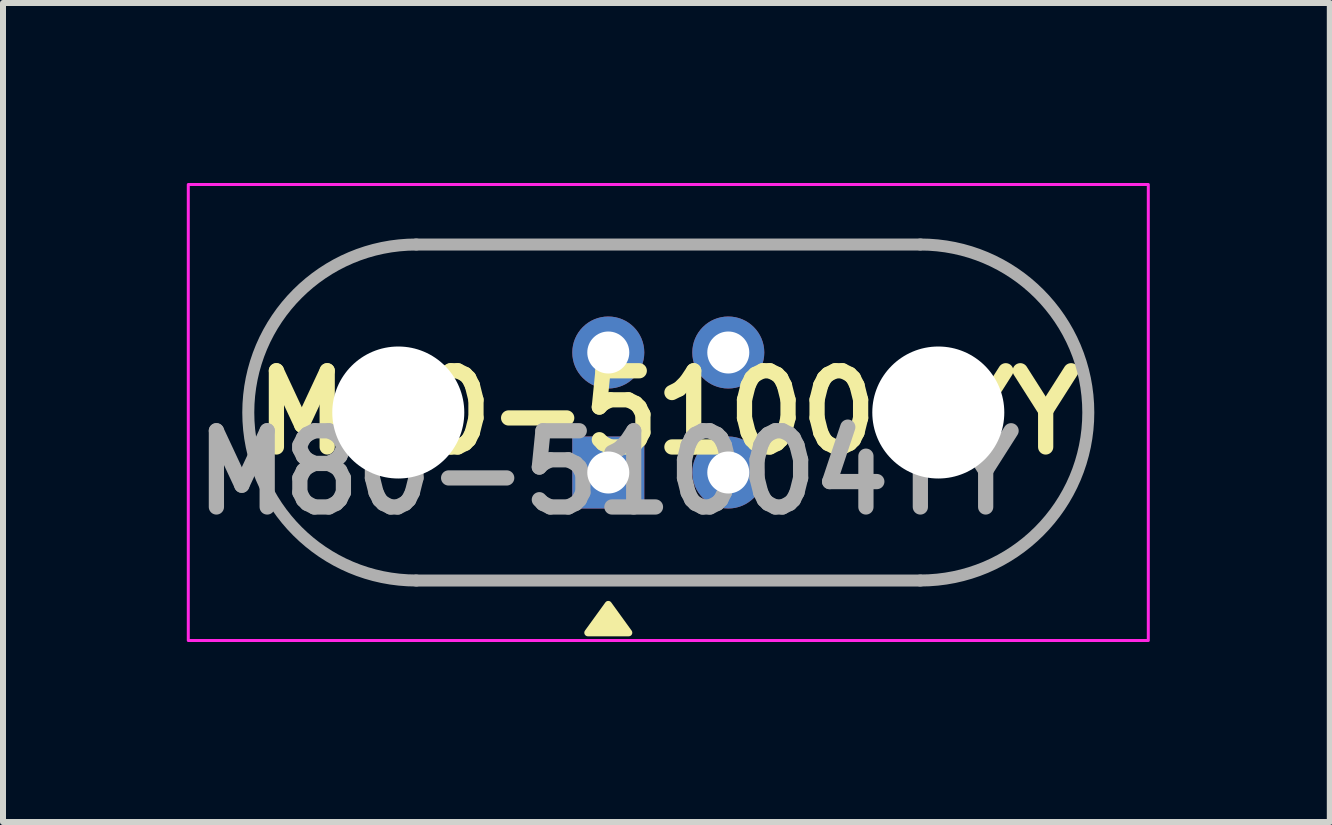
<source format=kicad_pcb>
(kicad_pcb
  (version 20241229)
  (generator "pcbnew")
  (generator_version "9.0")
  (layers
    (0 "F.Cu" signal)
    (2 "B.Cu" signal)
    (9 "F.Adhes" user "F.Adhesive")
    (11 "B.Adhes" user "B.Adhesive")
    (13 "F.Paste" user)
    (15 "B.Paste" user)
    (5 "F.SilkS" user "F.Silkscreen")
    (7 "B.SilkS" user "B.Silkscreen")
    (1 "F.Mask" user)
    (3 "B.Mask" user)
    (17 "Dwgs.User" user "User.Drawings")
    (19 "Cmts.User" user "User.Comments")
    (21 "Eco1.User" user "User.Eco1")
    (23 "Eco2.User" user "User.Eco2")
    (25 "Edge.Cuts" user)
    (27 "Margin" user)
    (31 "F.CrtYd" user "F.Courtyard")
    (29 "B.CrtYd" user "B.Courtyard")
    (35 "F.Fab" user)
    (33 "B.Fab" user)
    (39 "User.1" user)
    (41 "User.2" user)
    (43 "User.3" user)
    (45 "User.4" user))
  (footprint "M80-51004YY"
    (layer "F.Cu")
    (at 8.088 3.825)
    (property "Reference" "M80-51004YY" (at 0 0 0) (layer "F.SilkS") (effects (font (size 1.27 1.27) (thickness 0.254))))
    (attr through_hole)
    (fp_line (start -4.2 -2.8) (end 4.2 -2.8) (stroke (width 0.1) (type solid)) (layer "F.SilkS"))
    (fp_line (start 4.2 2.8) (end -4.2 2.8) (stroke (width 0.1) (type solid)) (layer "F.SilkS"))
    (fp_arc (start -4.2 2.8) (mid -7 0) (end -4.2 -2.8) (stroke (width 0.1) (type solid)) (layer "F.SilkS"))
    (fp_arc (start 4.2 -2.8) (mid 7 0) (end 4.2 2.8) (stroke (width 0.1) (type solid)) (layer "F.SilkS"))
    (fp_poly (pts (xy -1 3.2) (xy -0.66 3.67) (xy -1.34 3.67) (xy -1 3.2)) (stroke (width 0.12) (type solid)) (fill yes) (layer "F.SilkS"))
    (fp_rect (start -8 -3.8) (end 8 3.8) (stroke (width 0.05) (type default)) (fill no) (layer "F.CrtYd"))
    (fp_line (start -4.2 -2.8) (end 4.2 -2.8) (stroke (width 0.2) (type solid)) (layer "F.Fab"))
    (fp_line (start 4.2 2.8) (end -4.2 2.8) (stroke (width 0.2) (type solid)) (layer "F.Fab"))
    (fp_arc (start -4.2 2.8) (mid -7 0) (end -4.2 -2.8) (stroke (width 0.2) (type solid)) (layer "F.Fab"))
    (fp_arc (start 4.2 -2.8) (mid 7 0) (end 4.2 2.8) (stroke (width 0.2) (type solid)) (layer "F.Fab"))
    (fp_text user "${REFERENCE}" (at -1 1 0) (layer "F.Fab") (effects (font (size 1.27 1.27) (thickness 0.254))))
    (pad "" np_thru_hole circle (at -4.5 0) (size 2.2 2.2) (drill 2.2) (layers "*.Cu" "*.Mask"))
    (pad "" np_thru_hole circle (at 4.5 0) (size 2.2 2.2) (drill 2.2) (layers "*.Cu" "*.Mask"))
    (pad "1" thru_hole rect (at -1 1) (size 1.2 1.2) (drill 0.7) (layers "*.Cu" "*.Mask"))
    (pad "2" thru_hole circle (at 1 1) (size 1.2 1.2) (drill 0.7) (layers "*.Cu" "*.Mask"))
    (pad "3" thru_hole circle (at -1 -1) (size 1.2 1.2) (drill 0.7) (layers "*.Cu" "*.Mask"))
    (pad "4" thru_hole circle (at 1 -1) (size 1.2 1.2) (drill 0.7) (layers "*.Cu" "*.Mask")))
  (gr_rect
    (start -3 -3)
    (end 19.113 10.65)
    (stroke (width 0.1) (type default))
    (fill no)
    (layer "Edge.Cuts")))
</source>
